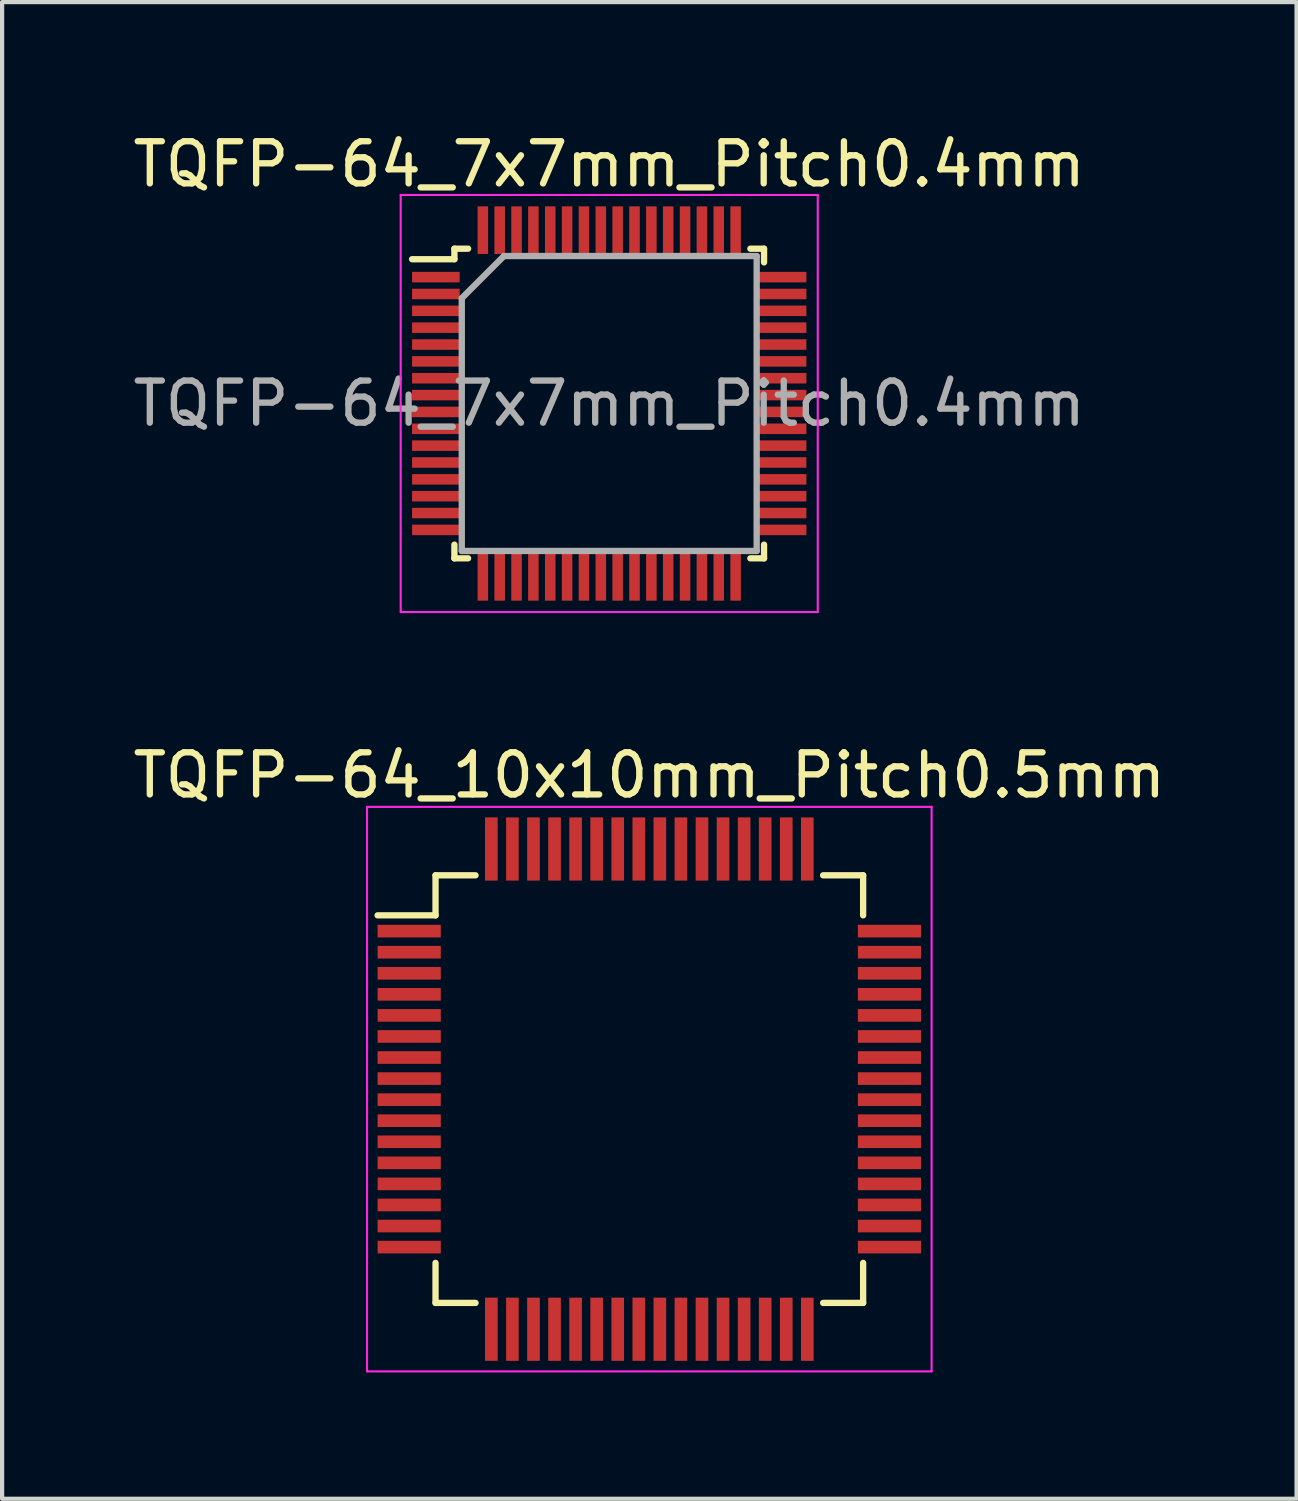
<source format=kicad_pcb>
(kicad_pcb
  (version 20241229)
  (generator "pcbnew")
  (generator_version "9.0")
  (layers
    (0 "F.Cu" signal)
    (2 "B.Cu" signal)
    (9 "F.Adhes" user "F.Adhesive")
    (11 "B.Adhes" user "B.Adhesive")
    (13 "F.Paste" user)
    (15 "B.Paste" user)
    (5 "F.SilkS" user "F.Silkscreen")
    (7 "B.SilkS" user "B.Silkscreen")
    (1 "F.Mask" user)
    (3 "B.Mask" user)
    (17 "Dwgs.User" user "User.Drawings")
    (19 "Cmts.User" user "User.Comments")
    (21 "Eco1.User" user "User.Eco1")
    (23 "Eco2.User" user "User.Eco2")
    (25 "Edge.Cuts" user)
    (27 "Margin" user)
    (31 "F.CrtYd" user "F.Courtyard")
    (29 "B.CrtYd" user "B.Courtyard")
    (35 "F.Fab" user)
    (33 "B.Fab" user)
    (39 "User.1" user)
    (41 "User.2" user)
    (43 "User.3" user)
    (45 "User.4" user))
  (footprint "TQFP-64_7x7mm_Pitch0.4mm"
    (layer "F.Cu")
    (at 11.411 6.528)
    (property "Reference" "TQFP-64_7x7mm_Pitch0.4mm" (at 0 -5.68 0) (layer "F.SilkS") (effects (font (size 1 1) (thickness 0.15))))
    (attr smd)
    (fp_line (start -3.675 -3.675) (end -3.675 -3.425) (stroke (width 0.15) (type solid)) (layer "F.SilkS"))
    (fp_line (start -3.675 -3.675) (end -3.35 -3.675) (stroke (width 0.15) (type solid)) (layer "F.SilkS"))
    (fp_line (start -3.675 -3.425) (end -4.68 -3.425) (stroke (width 0.15) (type solid)) (layer "F.SilkS"))
    (fp_line (start -3.675 3.675) (end -3.675 3.35) (stroke (width 0.15) (type solid)) (layer "F.SilkS"))
    (fp_line (start -3.675 3.675) (end -3.35 3.675) (stroke (width 0.15) (type solid)) (layer "F.SilkS"))
    (fp_line (start 3.675 -3.675) (end 3.35 -3.675) (stroke (width 0.15) (type solid)) (layer "F.SilkS"))
    (fp_line (start 3.675 -3.675) (end 3.675 -3.35) (stroke (width 0.15) (type solid)) (layer "F.SilkS"))
    (fp_line (start 3.675 3.675) (end 3.35 3.675) (stroke (width 0.15) (type solid)) (layer "F.SilkS"))
    (fp_line (start 3.675 3.675) (end 3.675 3.35) (stroke (width 0.15) (type solid)) (layer "F.SilkS"))
    (fp_line (start -4.95 -4.95) (end -4.95 4.95) (stroke (width 0.05) (type solid)) (layer "F.CrtYd"))
    (fp_line (start -4.95 -4.95) (end 4.95 -4.95) (stroke (width 0.05) (type solid)) (layer "F.CrtYd"))
    (fp_line (start -4.95 4.95) (end 4.95 4.95) (stroke (width 0.05) (type solid)) (layer "F.CrtYd"))
    (fp_line (start 4.95 -4.95) (end 4.95 4.95) (stroke (width 0.05) (type solid)) (layer "F.CrtYd"))
    (fp_line (start -3.5 -2.5) (end -2.5 -3.5) (stroke (width 0.15) (type solid)) (layer "F.Fab"))
    (fp_line (start -3.5 3.5) (end -3.5 -2.5) (stroke (width 0.15) (type solid)) (layer "F.Fab"))
    (fp_line (start -2.5 -3.5) (end 3.5 -3.5) (stroke (width 0.15) (type solid)) (layer "F.Fab"))
    (fp_line (start 3.5 -3.5) (end 3.5 3.5) (stroke (width 0.15) (type solid)) (layer "F.Fab"))
    (fp_line (start 3.5 3.5) (end -3.5 3.5) (stroke (width 0.15) (type solid)) (layer "F.Fab"))
    (fp_text user "${REFERENCE}" (at 0 0 0) (layer "F.Fab") (effects (font (size 1 1) (thickness 0.15))))
    (pad "1" smd rect (at -4.115 -3) (size 1.13 0.25) (layers "F.Cu" "F.Mask" "F.Paste"))
    (pad "2" smd rect (at -4.115 -2.6) (size 1.13 0.25) (layers "F.Cu" "F.Mask" "F.Paste"))
    (pad "3" smd rect (at -4.115 -2.2) (size 1.13 0.25) (layers "F.Cu" "F.Mask" "F.Paste"))
    (pad "4" smd rect (at -4.115 -1.8) (size 1.13 0.25) (layers "F.Cu" "F.Mask" "F.Paste"))
    (pad "5" smd rect (at -4.115 -1.4) (size 1.13 0.25) (layers "F.Cu" "F.Mask" "F.Paste"))
    (pad "6" smd rect (at -4.115 -1) (size 1.13 0.25) (layers "F.Cu" "F.Mask" "F.Paste"))
    (pad "7" smd rect (at -4.115 -0.6) (size 1.13 0.25) (layers "F.Cu" "F.Mask" "F.Paste"))
    (pad "8" smd rect (at -4.115 -0.2) (size 1.13 0.25) (layers "F.Cu" "F.Mask" "F.Paste"))
    (pad "9" smd rect (at -4.115 0.2) (size 1.13 0.25) (layers "F.Cu" "F.Mask" "F.Paste"))
    (pad "10" smd rect (at -4.115 0.6) (size 1.13 0.25) (layers "F.Cu" "F.Mask" "F.Paste"))
    (pad "11" smd rect (at -4.115 1) (size 1.13 0.25) (layers "F.Cu" "F.Mask" "F.Paste"))
    (pad "12" smd rect (at -4.115 1.4) (size 1.13 0.25) (layers "F.Cu" "F.Mask" "F.Paste"))
    (pad "13" smd rect (at -4.115 1.8) (size 1.13 0.25) (layers "F.Cu" "F.Mask" "F.Paste"))
    (pad "14" smd rect (at -4.115 2.2) (size 1.13 0.25) (layers "F.Cu" "F.Mask" "F.Paste"))
    (pad "15" smd rect (at -4.115 2.6) (size 1.13 0.25) (layers "F.Cu" "F.Mask" "F.Paste"))
    (pad "16" smd rect (at -4.115 3) (size 1.13 0.25) (layers "F.Cu" "F.Mask" "F.Paste"))
    (pad "17" smd rect (at -3 4.115 90) (size 1.13 0.25) (layers "F.Cu" "F.Mask" "F.Paste"))
    (pad "18" smd rect (at -2.6 4.115 90) (size 1.13 0.25) (layers "F.Cu" "F.Mask" "F.Paste"))
    (pad "19" smd rect (at -2.2 4.115 90) (size 1.13 0.25) (layers "F.Cu" "F.Mask" "F.Paste"))
    (pad "20" smd rect (at -1.8 4.115 90) (size 1.13 0.25) (layers "F.Cu" "F.Mask" "F.Paste"))
    (pad "21" smd rect (at -1.4 4.115 90) (size 1.13 0.25) (layers "F.Cu" "F.Mask" "F.Paste"))
    (pad "22" smd rect (at -1 4.115 90) (size 1.13 0.25) (layers "F.Cu" "F.Mask" "F.Paste"))
    (pad "23" smd rect (at -0.6 4.115 90) (size 1.13 0.25) (layers "F.Cu" "F.Mask" "F.Paste"))
    (pad "24" smd rect (at -0.2 4.115 90) (size 1.13 0.25) (layers "F.Cu" "F.Mask" "F.Paste"))
    (pad "25" smd rect (at 0.2 4.115 90) (size 1.13 0.25) (layers "F.Cu" "F.Mask" "F.Paste"))
    (pad "26" smd rect (at 0.6 4.115 90) (size 1.13 0.25) (layers "F.Cu" "F.Mask" "F.Paste"))
    (pad "27" smd rect (at 1 4.115 90) (size 1.13 0.25) (layers "F.Cu" "F.Mask" "F.Paste"))
    (pad "28" smd rect (at 1.4 4.115 90) (size 1.13 0.25) (layers "F.Cu" "F.Mask" "F.Paste"))
    (pad "29" smd rect (at 1.8 4.115 90) (size 1.13 0.25) (layers "F.Cu" "F.Mask" "F.Paste"))
    (pad "30" smd rect (at 2.2 4.115 90) (size 1.13 0.25) (layers "F.Cu" "F.Mask" "F.Paste"))
    (pad "31" smd rect (at 2.6 4.115 90) (size 1.13 0.25) (layers "F.Cu" "F.Mask" "F.Paste"))
    (pad "32" smd rect (at 3 4.115 90) (size 1.13 0.25) (layers "F.Cu" "F.Mask" "F.Paste"))
    (pad "33" smd rect (at 4.115 3) (size 1.13 0.25) (layers "F.Cu" "F.Mask" "F.Paste"))
    (pad "34" smd rect (at 4.115 2.6) (size 1.13 0.25) (layers "F.Cu" "F.Mask" "F.Paste"))
    (pad "35" smd rect (at 4.115 2.2) (size 1.13 0.25) (layers "F.Cu" "F.Mask" "F.Paste"))
    (pad "36" smd rect (at 4.115 1.8) (size 1.13 0.25) (layers "F.Cu" "F.Mask" "F.Paste"))
    (pad "37" smd rect (at 4.115 1.4) (size 1.13 0.25) (layers "F.Cu" "F.Mask" "F.Paste"))
    (pad "38" smd rect (at 4.115 1) (size 1.13 0.25) (layers "F.Cu" "F.Mask" "F.Paste"))
    (pad "39" smd rect (at 4.115 0.6) (size 1.13 0.25) (layers "F.Cu" "F.Mask" "F.Paste"))
    (pad "40" smd rect (at 4.115 0.2) (size 1.13 0.25) (layers "F.Cu" "F.Mask" "F.Paste"))
    (pad "41" smd rect (at 4.115 -0.2) (size 1.13 0.25) (layers "F.Cu" "F.Mask" "F.Paste"))
    (pad "42" smd rect (at 4.115 -0.6) (size 1.13 0.25) (layers "F.Cu" "F.Mask" "F.Paste"))
    (pad "43" smd rect (at 4.115 -1) (size 1.13 0.25) (layers "F.Cu" "F.Mask" "F.Paste"))
    (pad "44" smd rect (at 4.115 -1.4) (size 1.13 0.25) (layers "F.Cu" "F.Mask" "F.Paste"))
    (pad "45" smd rect (at 4.115 -1.8) (size 1.13 0.25) (layers "F.Cu" "F.Mask" "F.Paste"))
    (pad "46" smd rect (at 4.115 -2.2) (size 1.13 0.25) (layers "F.Cu" "F.Mask" "F.Paste"))
    (pad "47" smd rect (at 4.115 -2.6) (size 1.13 0.25) (layers "F.Cu" "F.Mask" "F.Paste"))
    (pad "48" smd rect (at 4.115 -3) (size 1.13 0.25) (layers "F.Cu" "F.Mask" "F.Paste"))
    (pad "49" smd rect (at 3 -4.115 90) (size 1.13 0.25) (layers "F.Cu" "F.Mask" "F.Paste"))
    (pad "50" smd rect (at 2.6 -4.115 90) (size 1.13 0.25) (layers "F.Cu" "F.Mask" "F.Paste"))
    (pad "51" smd rect (at 2.2 -4.115 90) (size 1.13 0.25) (layers "F.Cu" "F.Mask" "F.Paste"))
    (pad "52" smd rect (at 1.8 -4.115 90) (size 1.13 0.25) (layers "F.Cu" "F.Mask" "F.Paste"))
    (pad "53" smd rect (at 1.4 -4.115 90) (size 1.13 0.25) (layers "F.Cu" "F.Mask" "F.Paste"))
    (pad "54" smd rect (at 1 -4.115 90) (size 1.13 0.25) (layers "F.Cu" "F.Mask" "F.Paste"))
    (pad "55" smd rect (at 0.6 -4.115 90) (size 1.13 0.25) (layers "F.Cu" "F.Mask" "F.Paste"))
    (pad "56" smd rect (at 0.2 -4.115 90) (size 1.13 0.25) (layers "F.Cu" "F.Mask" "F.Paste"))
    (pad "57" smd rect (at -0.2 -4.115 90) (size 1.13 0.25) (layers "F.Cu" "F.Mask" "F.Paste"))
    (pad "58" smd rect (at -0.6 -4.115 90) (size 1.13 0.25) (layers "F.Cu" "F.Mask" "F.Paste"))
    (pad "59" smd rect (at -1 -4.115 90) (size 1.13 0.25) (layers "F.Cu" "F.Mask" "F.Paste"))
    (pad "60" smd rect (at -1.4 -4.115 90) (size 1.13 0.25) (layers "F.Cu" "F.Mask" "F.Paste"))
    (pad "61" smd rect (at -1.8 -4.115 90) (size 1.13 0.25) (layers "F.Cu" "F.Mask" "F.Paste"))
    (pad "62" smd rect (at -2.2 -4.115 90) (size 1.13 0.25) (layers "F.Cu" "F.Mask" "F.Paste"))
    (pad "63" smd rect (at -2.6 -4.115 90) (size 1.13 0.25) (layers "F.Cu" "F.Mask" "F.Paste"))
    (pad "64" smd rect (at -3 -4.115 90) (size 1.13 0.25) (layers "F.Cu" "F.Mask" "F.Paste")))
  (footprint "TQFP-64_10x10mm_Pitch0.5mm"
    (layer "F.Cu")
    (at 12.363 22.802)
    (property "Reference" "TQFP-64_10x10mm_Pitch0.5mm" (at 0 -7.45 0) (layer "F.SilkS") (effects (font (size 1 1) (thickness 0.15))))
    (attr smd)
    (fp_line (start -5.075 -5.075) (end -5.075 -4.125) (stroke (width 0.15) (type solid)) (layer "F.SilkS"))
    (fp_line (start -5.075 -5.075) (end -4.125 -5.075) (stroke (width 0.15) (type solid)) (layer "F.SilkS"))
    (fp_line (start -5.075 -4.125) (end -6.45 -4.125) (stroke (width 0.15) (type solid)) (layer "F.SilkS"))
    (fp_line (start -5.075 5.075) (end -5.075 4.125) (stroke (width 0.15) (type solid)) (layer "F.SilkS"))
    (fp_line (start -5.075 5.075) (end -4.125 5.075) (stroke (width 0.15) (type solid)) (layer "F.SilkS"))
    (fp_line (start 5.075 -5.075) (end 4.125 -5.075) (stroke (width 0.15) (type solid)) (layer "F.SilkS"))
    (fp_line (start 5.075 -5.075) (end 5.075 -4.125) (stroke (width 0.15) (type solid)) (layer "F.SilkS"))
    (fp_line (start 5.075 5.075) (end 4.125 5.075) (stroke (width 0.15) (type solid)) (layer "F.SilkS"))
    (fp_line (start 5.075 5.075) (end 5.075 4.125) (stroke (width 0.15) (type solid)) (layer "F.SilkS"))
    (fp_line (start -6.7 -6.7) (end -6.7 6.7) (stroke (width 0.05) (type solid)) (layer "F.CrtYd"))
    (fp_line (start -6.7 -6.7) (end 6.7 -6.7) (stroke (width 0.05) (type solid)) (layer "F.CrtYd"))
    (fp_line (start -6.7 6.7) (end 6.7 6.7) (stroke (width 0.05) (type solid)) (layer "F.CrtYd"))
    (fp_line (start 6.7 -6.7) (end 6.7 6.7) (stroke (width 0.05) (type solid)) (layer "F.CrtYd"))
    (pad "1" smd rect (at -5.7 -3.75) (size 1.5 0.3) (layers "F.Cu" "F.Mask" "F.Paste"))
    (pad "2" smd rect (at -5.7 -3.25) (size 1.5 0.3) (layers "F.Cu" "F.Mask" "F.Paste"))
    (pad "3" smd rect (at -5.7 -2.75) (size 1.5 0.3) (layers "F.Cu" "F.Mask" "F.Paste"))
    (pad "4" smd rect (at -5.7 -2.25) (size 1.5 0.3) (layers "F.Cu" "F.Mask" "F.Paste"))
    (pad "5" smd rect (at -5.7 -1.75) (size 1.5 0.3) (layers "F.Cu" "F.Mask" "F.Paste"))
    (pad "6" smd rect (at -5.7 -1.25) (size 1.5 0.3) (layers "F.Cu" "F.Mask" "F.Paste"))
    (pad "7" smd rect (at -5.7 -0.75) (size 1.5 0.3) (layers "F.Cu" "F.Mask" "F.Paste"))
    (pad "8" smd rect (at -5.7 -0.25) (size 1.5 0.3) (layers "F.Cu" "F.Mask" "F.Paste"))
    (pad "9" smd rect (at -5.7 0.25) (size 1.5 0.3) (layers "F.Cu" "F.Mask" "F.Paste"))
    (pad "10" smd rect (at -5.7 0.75) (size 1.5 0.3) (layers "F.Cu" "F.Mask" "F.Paste"))
    (pad "11" smd rect (at -5.7 1.25) (size 1.5 0.3) (layers "F.Cu" "F.Mask" "F.Paste"))
    (pad "12" smd rect (at -5.7 1.75) (size 1.5 0.3) (layers "F.Cu" "F.Mask" "F.Paste"))
    (pad "13" smd rect (at -5.7 2.25) (size 1.5 0.3) (layers "F.Cu" "F.Mask" "F.Paste"))
    (pad "14" smd rect (at -5.7 2.75) (size 1.5 0.3) (layers "F.Cu" "F.Mask" "F.Paste"))
    (pad "15" smd rect (at -5.7 3.25) (size 1.5 0.3) (layers "F.Cu" "F.Mask" "F.Paste"))
    (pad "16" smd rect (at -5.7 3.75) (size 1.5 0.3) (layers "F.Cu" "F.Mask" "F.Paste"))
    (pad "17" smd rect (at -3.75 5.7 90) (size 1.5 0.3) (layers "F.Cu" "F.Mask" "F.Paste"))
    (pad "18" smd rect (at -3.25 5.7 90) (size 1.5 0.3) (layers "F.Cu" "F.Mask" "F.Paste"))
    (pad "19" smd rect (at -2.75 5.7 90) (size 1.5 0.3) (layers "F.Cu" "F.Mask" "F.Paste"))
    (pad "20" smd rect (at -2.25 5.7 90) (size 1.5 0.3) (layers "F.Cu" "F.Mask" "F.Paste"))
    (pad "21" smd rect (at -1.75 5.7 90) (size 1.5 0.3) (layers "F.Cu" "F.Mask" "F.Paste"))
    (pad "22" smd rect (at -1.25 5.7 90) (size 1.5 0.3) (layers "F.Cu" "F.Mask" "F.Paste"))
    (pad "23" smd rect (at -0.75 5.7 90) (size 1.5 0.3) (layers "F.Cu" "F.Mask" "F.Paste"))
    (pad "24" smd rect (at -0.25 5.7 90) (size 1.5 0.3) (layers "F.Cu" "F.Mask" "F.Paste"))
    (pad "25" smd rect (at 0.25 5.7 90) (size 1.5 0.3) (layers "F.Cu" "F.Mask" "F.Paste"))
    (pad "26" smd rect (at 0.75 5.7 90) (size 1.5 0.3) (layers "F.Cu" "F.Mask" "F.Paste"))
    (pad "27" smd rect (at 1.25 5.7 90) (size 1.5 0.3) (layers "F.Cu" "F.Mask" "F.Paste"))
    (pad "28" smd rect (at 1.75 5.7 90) (size 1.5 0.3) (layers "F.Cu" "F.Mask" "F.Paste"))
    (pad "29" smd rect (at 2.25 5.7 90) (size 1.5 0.3) (layers "F.Cu" "F.Mask" "F.Paste"))
    (pad "30" smd rect (at 2.75 5.7 90) (size 1.5 0.3) (layers "F.Cu" "F.Mask" "F.Paste"))
    (pad "31" smd rect (at 3.25 5.7 90) (size 1.5 0.3) (layers "F.Cu" "F.Mask" "F.Paste"))
    (pad "32" smd rect (at 3.75 5.7 90) (size 1.5 0.3) (layers "F.Cu" "F.Mask" "F.Paste"))
    (pad "33" smd rect (at 5.7 3.75) (size 1.5 0.3) (layers "F.Cu" "F.Mask" "F.Paste"))
    (pad "34" smd rect (at 5.7 3.25) (size 1.5 0.3) (layers "F.Cu" "F.Mask" "F.Paste"))
    (pad "35" smd rect (at 5.7 2.75) (size 1.5 0.3) (layers "F.Cu" "F.Mask" "F.Paste"))
    (pad "36" smd rect (at 5.7 2.25) (size 1.5 0.3) (layers "F.Cu" "F.Mask" "F.Paste"))
    (pad "37" smd rect (at 5.7 1.75) (size 1.5 0.3) (layers "F.Cu" "F.Mask" "F.Paste"))
    (pad "38" smd rect (at 5.7 1.25) (size 1.5 0.3) (layers "F.Cu" "F.Mask" "F.Paste"))
    (pad "39" smd rect (at 5.7 0.75) (size 1.5 0.3) (layers "F.Cu" "F.Mask" "F.Paste"))
    (pad "40" smd rect (at 5.7 0.25) (size 1.5 0.3) (layers "F.Cu" "F.Mask" "F.Paste"))
    (pad "41" smd rect (at 5.7 -0.25) (size 1.5 0.3) (layers "F.Cu" "F.Mask" "F.Paste"))
    (pad "42" smd rect (at 5.7 -0.75) (size 1.5 0.3) (layers "F.Cu" "F.Mask" "F.Paste"))
    (pad "43" smd rect (at 5.7 -1.25) (size 1.5 0.3) (layers "F.Cu" "F.Mask" "F.Paste"))
    (pad "44" smd rect (at 5.7 -1.75) (size 1.5 0.3) (layers "F.Cu" "F.Mask" "F.Paste"))
    (pad "45" smd rect (at 5.7 -2.25) (size 1.5 0.3) (layers "F.Cu" "F.Mask" "F.Paste"))
    (pad "46" smd rect (at 5.7 -2.75) (size 1.5 0.3) (layers "F.Cu" "F.Mask" "F.Paste"))
    (pad "47" smd rect (at 5.7 -3.25) (size 1.5 0.3) (layers "F.Cu" "F.Mask" "F.Paste"))
    (pad "48" smd rect (at 5.7 -3.75) (size 1.5 0.3) (layers "F.Cu" "F.Mask" "F.Paste"))
    (pad "49" smd rect (at 3.75 -5.7 90) (size 1.5 0.3) (layers "F.Cu" "F.Mask" "F.Paste"))
    (pad "50" smd rect (at 3.25 -5.7 90) (size 1.5 0.3) (layers "F.Cu" "F.Mask" "F.Paste"))
    (pad "51" smd rect (at 2.75 -5.7 90) (size 1.5 0.3) (layers "F.Cu" "F.Mask" "F.Paste"))
    (pad "52" smd rect (at 2.25 -5.7 90) (size 1.5 0.3) (layers "F.Cu" "F.Mask" "F.Paste"))
    (pad "53" smd rect (at 1.75 -5.7 90) (size 1.5 0.3) (layers "F.Cu" "F.Mask" "F.Paste"))
    (pad "54" smd rect (at 1.25 -5.7 90) (size 1.5 0.3) (layers "F.Cu" "F.Mask" "F.Paste"))
    (pad "55" smd rect (at 0.75 -5.7 90) (size 1.5 0.3) (layers "F.Cu" "F.Mask" "F.Paste"))
    (pad "56" smd rect (at 0.25 -5.7 90) (size 1.5 0.3) (layers "F.Cu" "F.Mask" "F.Paste"))
    (pad "57" smd rect (at -0.25 -5.7 90) (size 1.5 0.3) (layers "F.Cu" "F.Mask" "F.Paste"))
    (pad "58" smd rect (at -0.75 -5.7 90) (size 1.5 0.3) (layers "F.Cu" "F.Mask" "F.Paste"))
    (pad "59" smd rect (at -1.25 -5.7 90) (size 1.5 0.3) (layers "F.Cu" "F.Mask" "F.Paste"))
    (pad "60" smd rect (at -1.75 -5.7 90) (size 1.5 0.3) (layers "F.Cu" "F.Mask" "F.Paste"))
    (pad "61" smd rect (at -2.25 -5.7 90) (size 1.5 0.3) (layers "F.Cu" "F.Mask" "F.Paste"))
    (pad "62" smd rect (at -2.75 -5.7 90) (size 1.5 0.3) (layers "F.Cu" "F.Mask" "F.Paste"))
    (pad "63" smd rect (at -3.25 -5.7 90) (size 1.5 0.3) (layers "F.Cu" "F.Mask" "F.Paste"))
    (pad "64" smd rect (at -3.75 -5.7 90) (size 1.5 0.3) (layers "F.Cu" "F.Mask" "F.Paste")))
  (gr_rect
    (start -3 -3)
    (end 27.726 32.526)
    (stroke (width 0.1) (type default))
    (fill no)
    (layer "Edge.Cuts")))
</source>
